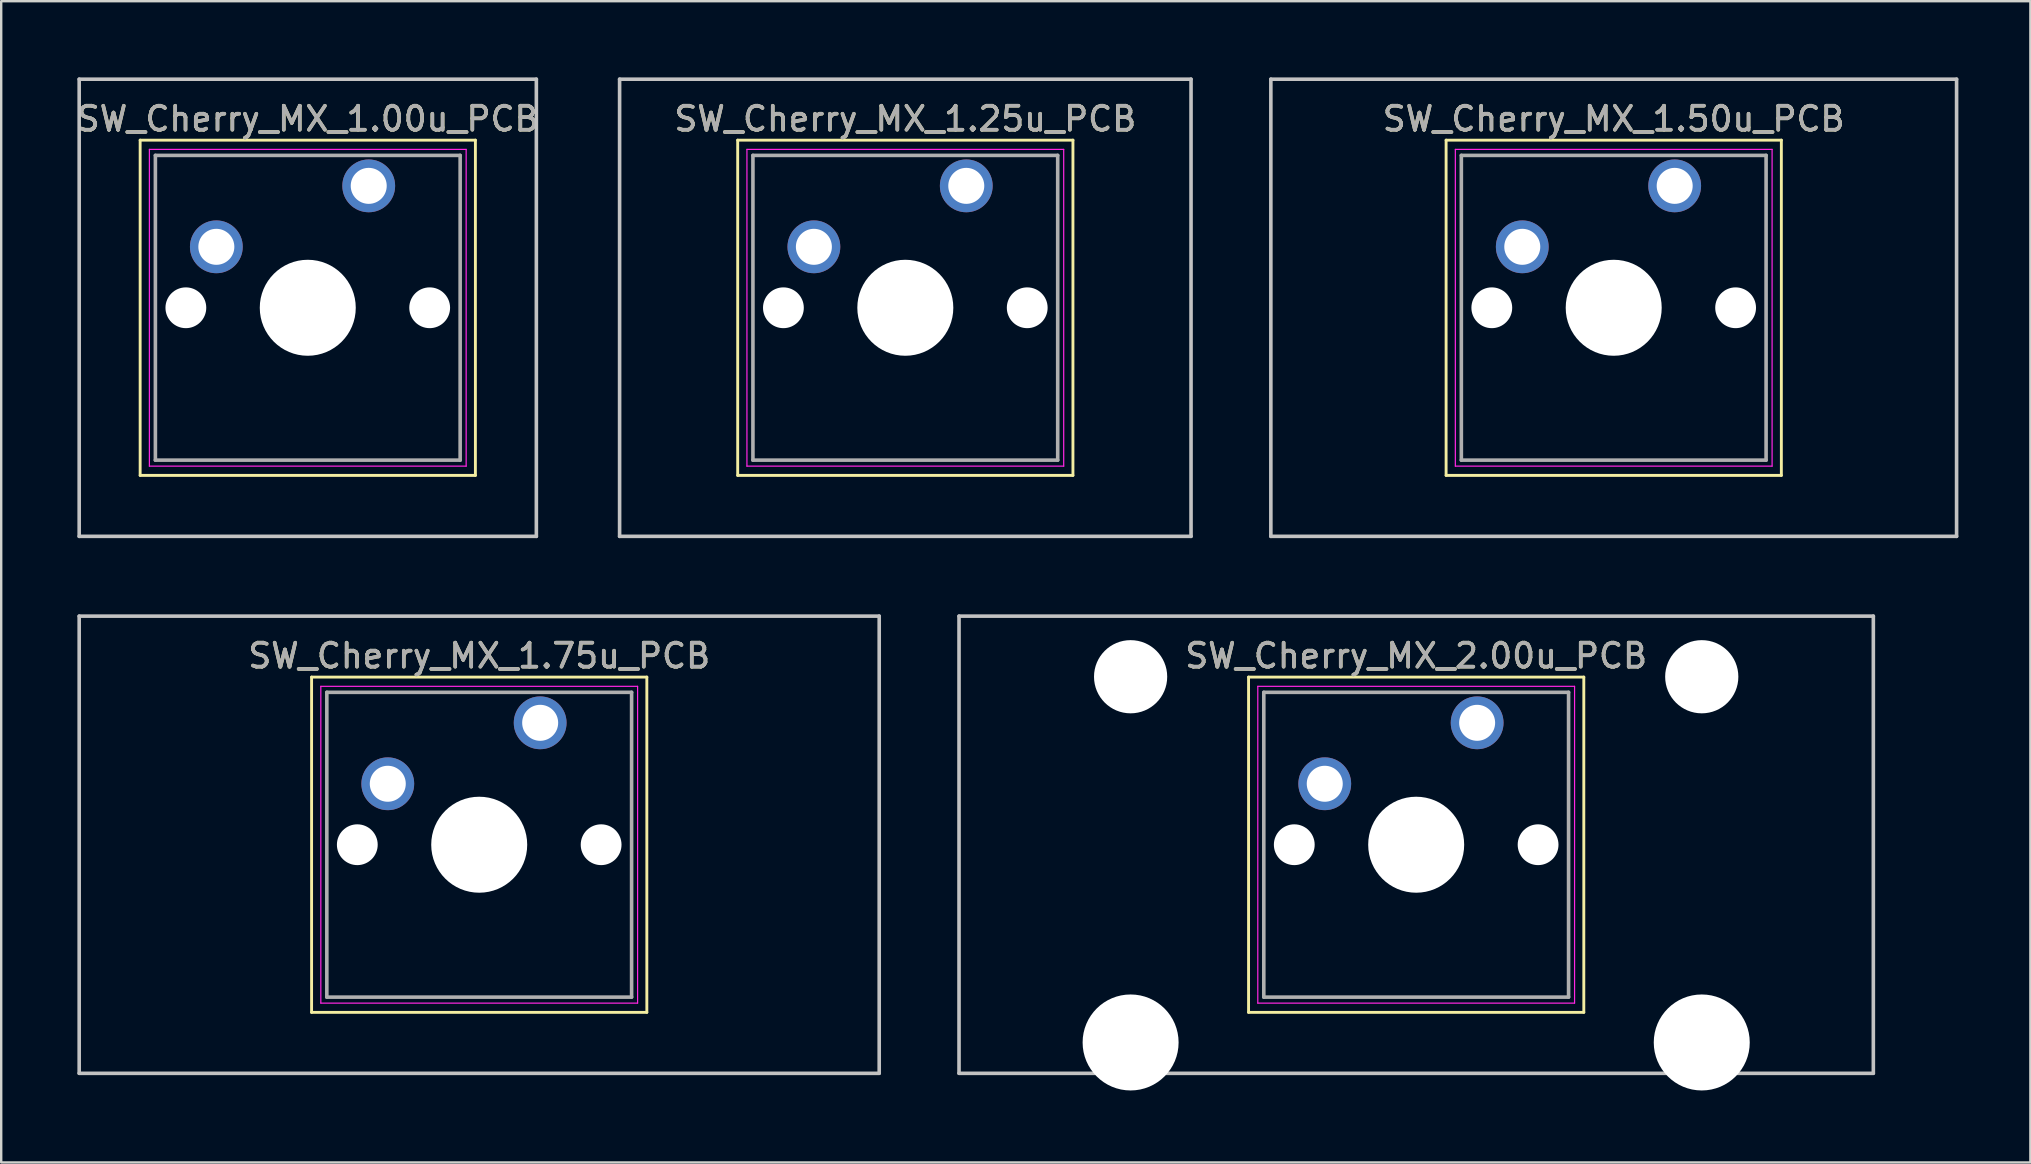
<source format=kicad_pcb>
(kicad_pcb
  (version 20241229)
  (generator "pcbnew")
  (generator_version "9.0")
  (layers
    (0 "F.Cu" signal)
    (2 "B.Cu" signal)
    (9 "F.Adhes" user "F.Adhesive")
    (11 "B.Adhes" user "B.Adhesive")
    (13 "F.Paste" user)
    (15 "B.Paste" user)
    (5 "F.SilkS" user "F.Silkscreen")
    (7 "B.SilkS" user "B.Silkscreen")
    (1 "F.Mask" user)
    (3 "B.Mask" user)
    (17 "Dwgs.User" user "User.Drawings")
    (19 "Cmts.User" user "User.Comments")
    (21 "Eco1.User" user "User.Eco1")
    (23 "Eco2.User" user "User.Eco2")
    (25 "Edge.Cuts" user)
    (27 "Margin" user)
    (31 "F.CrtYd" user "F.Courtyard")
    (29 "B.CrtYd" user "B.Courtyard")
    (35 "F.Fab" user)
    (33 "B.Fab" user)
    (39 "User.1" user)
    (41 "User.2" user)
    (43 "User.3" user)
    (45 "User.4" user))
  (footprint "SW_Cherry_MX_1.75u_PCB"
    (layer "F.Cu")
    (at 0.25 22.625)
    (property "Reference" "SW_Cherry_MX_1.75u_PCB" (at 16.669 1.651 0) (layer "F.SilkS") (effects (font (size 1 1) (thickness 0.15))))
    (attr through_hole)
    (fp_line (start 9.684 2.54) (end 23.654 2.54) (stroke (width 0.12) (type solid)) (layer "F.SilkS"))
    (fp_line (start 9.684 16.51) (end 9.684 2.54) (stroke (width 0.12) (type solid)) (layer "F.SilkS"))
    (fp_line (start 23.654 2.54) (end 23.654 16.51) (stroke (width 0.12) (type solid)) (layer "F.SilkS"))
    (fp_line (start 23.654 16.51) (end 9.684 16.51) (stroke (width 0.12) (type solid)) (layer "F.SilkS"))
    (fp_line (start 0 0) (end 33.337 0) (stroke (width 0.15) (type solid)) (layer "Dwgs.User"))
    (fp_line (start 0 19.05) (end 0 0) (stroke (width 0.15) (type solid)) (layer "Dwgs.User"))
    (fp_line (start 33.337 0) (end 33.337 19.05) (stroke (width 0.15) (type solid)) (layer "Dwgs.User"))
    (fp_line (start 33.337 19.05) (end 0 19.05) (stroke (width 0.15) (type solid)) (layer "Dwgs.User"))
    (fp_line (start 10.069 2.925) (end 23.269 2.925) (stroke (width 0.05) (type solid)) (layer "F.CrtYd"))
    (fp_line (start 10.069 16.125) (end 10.069 2.925) (stroke (width 0.05) (type solid)) (layer "F.CrtYd"))
    (fp_line (start 23.269 2.925) (end 23.269 16.125) (stroke (width 0.05) (type solid)) (layer "F.CrtYd"))
    (fp_line (start 23.269 16.125) (end 10.069 16.125) (stroke (width 0.05) (type solid)) (layer "F.CrtYd"))
    (fp_line (start 10.319 3.175) (end 23.019 3.175) (stroke (width 0.15) (type solid)) (layer "F.Fab"))
    (fp_line (start 10.319 15.875) (end 10.319 3.175) (stroke (width 0.15) (type solid)) (layer "F.Fab"))
    (fp_line (start 23.019 3.175) (end 23.019 15.875) (stroke (width 0.15) (type solid)) (layer "F.Fab"))
    (fp_line (start 23.019 15.875) (end 10.319 15.875) (stroke (width 0.15) (type solid)) (layer "F.Fab"))
    (fp_text user "${REFERENCE}" (at 16.669 1.651 0) (layer "F.Fab") (effects (font (size 1 1) (thickness 0.15))))
    (pad "" np_thru_hole circle (at 11.589 9.525) (size 1.7 1.7) (drill 1.7) (layers "*.Cu" "*.Mask"))
    (pad "" np_thru_hole circle (at 16.669 9.525) (size 4 4) (drill 4) (layers "*.Cu" "*.Mask"))
    (pad "" np_thru_hole circle (at 21.749 9.525) (size 1.7 1.7) (drill 1.7) (layers "*.Cu" "*.Mask"))
    (pad "1" thru_hole circle (at 19.209 4.445) (size 2.2 2.2) (drill 1.5) (layers "*.Cu" "*.Mask"))
    (pad "2" thru_hole circle (at 12.859 6.985) (size 2.2 2.2) (drill 1.5) (layers "*.Cu" "*.Mask")))
  (footprint "SW_Cherry_MX_1.50u_PCB"
    (layer "F.Cu")
    (at 49.907 0.25)
    (property "Reference" "SW_Cherry_MX_1.50u_PCB" (at 14.287 1.651 0) (layer "F.SilkS") (effects (font (size 1 1) (thickness 0.15))))
    (attr through_hole)
    (fp_line (start 7.303 2.54) (end 21.273 2.54) (stroke (width 0.12) (type solid)) (layer "F.SilkS"))
    (fp_line (start 7.303 16.51) (end 7.303 2.54) (stroke (width 0.12) (type solid)) (layer "F.SilkS"))
    (fp_line (start 21.273 2.54) (end 21.273 16.51) (stroke (width 0.12) (type solid)) (layer "F.SilkS"))
    (fp_line (start 21.273 16.51) (end 7.303 16.51) (stroke (width 0.12) (type solid)) (layer "F.SilkS"))
    (fp_line (start 0 0) (end 28.575 0) (stroke (width 0.15) (type solid)) (layer "Dwgs.User"))
    (fp_line (start 0 19.05) (end 0 0) (stroke (width 0.15) (type solid)) (layer "Dwgs.User"))
    (fp_line (start 28.575 0) (end 28.575 19.05) (stroke (width 0.15) (type solid)) (layer "Dwgs.User"))
    (fp_line (start 28.575 19.05) (end 0 19.05) (stroke (width 0.15) (type solid)) (layer "Dwgs.User"))
    (fp_line (start 7.688 2.925) (end 20.887 2.925) (stroke (width 0.05) (type solid)) (layer "F.CrtYd"))
    (fp_line (start 7.688 16.125) (end 7.688 2.925) (stroke (width 0.05) (type solid)) (layer "F.CrtYd"))
    (fp_line (start 20.887 2.925) (end 20.887 16.125) (stroke (width 0.05) (type solid)) (layer "F.CrtYd"))
    (fp_line (start 20.887 16.125) (end 7.688 16.125) (stroke (width 0.05) (type solid)) (layer "F.CrtYd"))
    (fp_line (start 7.938 3.175) (end 20.637 3.175) (stroke (width 0.15) (type solid)) (layer "F.Fab"))
    (fp_line (start 7.938 15.875) (end 7.938 3.175) (stroke (width 0.15) (type solid)) (layer "F.Fab"))
    (fp_line (start 20.637 3.175) (end 20.637 15.875) (stroke (width 0.15) (type solid)) (layer "F.Fab"))
    (fp_line (start 20.637 15.875) (end 7.938 15.875) (stroke (width 0.15) (type solid)) (layer "F.Fab"))
    (fp_text user "${REFERENCE}" (at 14.287 1.651 0) (layer "F.Fab") (effects (font (size 1 1) (thickness 0.15))))
    (pad "" np_thru_hole circle (at 9.207 9.525) (size 1.7 1.7) (drill 1.7) (layers "*.Cu" "*.Mask"))
    (pad "" np_thru_hole circle (at 14.287 9.525) (size 4 4) (drill 4) (layers "*.Cu" "*.Mask"))
    (pad "" np_thru_hole circle (at 19.367 9.525) (size 1.7 1.7) (drill 1.7) (layers "*.Cu" "*.Mask"))
    (pad "1" thru_hole circle (at 16.828 4.445) (size 2.2 2.2) (drill 1.5) (layers "*.Cu" "*.Mask"))
    (pad "2" thru_hole circle (at 10.477 6.985) (size 2.2 2.2) (drill 1.5) (layers "*.Cu" "*.Mask")))
  (footprint "SW_Cherry_MX_1.00u_PCB"
    (layer "F.Cu")
    (at 0.25 0.25)
    (property "Reference" "SW_Cherry_MX_1.00u_PCB" (at 9.525 1.651 0) (layer "F.SilkS") (effects (font (size 1 1) (thickness 0.15))))
    (attr through_hole)
    (fp_line (start 2.54 2.54) (end 16.51 2.54) (stroke (width 0.12) (type solid)) (layer "F.SilkS"))
    (fp_line (start 2.54 16.51) (end 2.54 2.54) (stroke (width 0.12) (type solid)) (layer "F.SilkS"))
    (fp_line (start 16.51 2.54) (end 16.51 16.51) (stroke (width 0.12) (type solid)) (layer "F.SilkS"))
    (fp_line (start 16.51 16.51) (end 2.54 16.51) (stroke (width 0.12) (type solid)) (layer "F.SilkS"))
    (fp_line (start 0 0) (end 19.05 0) (stroke (width 0.15) (type solid)) (layer "Dwgs.User"))
    (fp_line (start 0 19.05) (end 0 0) (stroke (width 0.15) (type solid)) (layer "Dwgs.User"))
    (fp_line (start 19.05 0) (end 19.05 19.05) (stroke (width 0.15) (type solid)) (layer "Dwgs.User"))
    (fp_line (start 19.05 19.05) (end 0 19.05) (stroke (width 0.15) (type solid)) (layer "Dwgs.User"))
    (fp_line (start 2.925 2.925) (end 16.125 2.925) (stroke (width 0.05) (type solid)) (layer "F.CrtYd"))
    (fp_line (start 2.925 16.125) (end 2.925 2.925) (stroke (width 0.05) (type solid)) (layer "F.CrtYd"))
    (fp_line (start 16.125 2.925) (end 16.125 16.125) (stroke (width 0.05) (type solid)) (layer "F.CrtYd"))
    (fp_line (start 16.125 16.125) (end 2.925 16.125) (stroke (width 0.05) (type solid)) (layer "F.CrtYd"))
    (fp_line (start 3.175 3.175) (end 15.875 3.175) (stroke (width 0.15) (type solid)) (layer "F.Fab"))
    (fp_line (start 3.175 15.875) (end 3.175 3.175) (stroke (width 0.15) (type solid)) (layer "F.Fab"))
    (fp_line (start 15.875 3.175) (end 15.875 15.875) (stroke (width 0.15) (type solid)) (layer "F.Fab"))
    (fp_line (start 15.875 15.875) (end 3.175 15.875) (stroke (width 0.15) (type solid)) (layer "F.Fab"))
    (fp_text user "${REFERENCE}" (at 9.525 1.651 0) (layer "F.Fab") (effects (font (size 1 1) (thickness 0.15))))
    (pad "" np_thru_hole circle (at 4.445 9.525) (size 1.7 1.7) (drill 1.7) (layers "*.Cu" "*.Mask"))
    (pad "" np_thru_hole circle (at 9.525 9.525) (size 4 4) (drill 4) (layers "*.Cu" "*.Mask"))
    (pad "" np_thru_hole circle (at 14.605 9.525) (size 1.7 1.7) (drill 1.7) (layers "*.Cu" "*.Mask"))
    (pad "1" thru_hole circle (at 12.065 4.445) (size 2.2 2.2) (drill 1.5) (layers "*.Cu" "*.Mask"))
    (pad "2" thru_hole circle (at 5.715 6.985) (size 2.2 2.2) (drill 1.5) (layers "*.Cu" "*.Mask")))
  (footprint "SW_Cherry_MX_1.25u_PCB"
    (layer "F.Cu")
    (at 22.769 0.25)
    (property "Reference" "SW_Cherry_MX_1.25u_PCB" (at 11.906 1.651 0) (layer "F.SilkS") (effects (font (size 1 1) (thickness 0.15))))
    (attr through_hole)
    (fp_line (start 4.921 2.54) (end 18.891 2.54) (stroke (width 0.12) (type solid)) (layer "F.SilkS"))
    (fp_line (start 4.921 16.51) (end 4.921 2.54) (stroke (width 0.12) (type solid)) (layer "F.SilkS"))
    (fp_line (start 18.891 2.54) (end 18.891 16.51) (stroke (width 0.12) (type solid)) (layer "F.SilkS"))
    (fp_line (start 18.891 16.51) (end 4.921 16.51) (stroke (width 0.12) (type solid)) (layer "F.SilkS"))
    (fp_line (start 0 0) (end 23.812 0) (stroke (width 0.15) (type solid)) (layer "Dwgs.User"))
    (fp_line (start 0 19.05) (end 0 0) (stroke (width 0.15) (type solid)) (layer "Dwgs.User"))
    (fp_line (start 23.812 0) (end 23.812 19.05) (stroke (width 0.15) (type solid)) (layer "Dwgs.User"))
    (fp_line (start 23.812 19.05) (end 0 19.05) (stroke (width 0.15) (type solid)) (layer "Dwgs.User"))
    (fp_line (start 5.306 2.925) (end 18.506 2.925) (stroke (width 0.05) (type solid)) (layer "F.CrtYd"))
    (fp_line (start 5.306 16.125) (end 5.306 2.925) (stroke (width 0.05) (type solid)) (layer "F.CrtYd"))
    (fp_line (start 18.506 2.925) (end 18.506 16.125) (stroke (width 0.05) (type solid)) (layer "F.CrtYd"))
    (fp_line (start 18.506 16.125) (end 5.306 16.125) (stroke (width 0.05) (type solid)) (layer "F.CrtYd"))
    (fp_line (start 5.556 3.175) (end 18.256 3.175) (stroke (width 0.15) (type solid)) (layer "F.Fab"))
    (fp_line (start 5.556 15.875) (end 5.556 3.175) (stroke (width 0.15) (type solid)) (layer "F.Fab"))
    (fp_line (start 18.256 3.175) (end 18.256 15.875) (stroke (width 0.15) (type solid)) (layer "F.Fab"))
    (fp_line (start 18.256 15.875) (end 5.556 15.875) (stroke (width 0.15) (type solid)) (layer "F.Fab"))
    (fp_text user "${REFERENCE}" (at 11.906 1.651 0) (layer "F.Fab") (effects (font (size 1 1) (thickness 0.15))))
    (pad "" np_thru_hole circle (at 6.826 9.525) (size 1.7 1.7) (drill 1.7) (layers "*.Cu" "*.Mask"))
    (pad "" np_thru_hole circle (at 11.906 9.525) (size 4 4) (drill 4) (layers "*.Cu" "*.Mask"))
    (pad "" np_thru_hole circle (at 16.986 9.525) (size 1.7 1.7) (drill 1.7) (layers "*.Cu" "*.Mask"))
    (pad "1" thru_hole circle (at 14.446 4.445) (size 2.2 2.2) (drill 1.5) (layers "*.Cu" "*.Mask"))
    (pad "2" thru_hole circle (at 8.096 6.985) (size 2.2 2.2) (drill 1.5) (layers "*.Cu" "*.Mask")))
  (footprint "SW_Cherry_MX_2.00u_PCB"
    (layer "F.Cu")
    (at 36.913 22.625)
    (property "Reference" "SW_Cherry_MX_2.00u_PCB" (at 19.05 1.651 0) (layer "F.SilkS") (effects (font (size 1 1) (thickness 0.15))))
    (attr through_hole)
    (fp_line (start 12.065 2.54) (end 26.035 2.54) (stroke (width 0.12) (type solid)) (layer "F.SilkS"))
    (fp_line (start 12.065 16.51) (end 12.065 2.54) (stroke (width 0.12) (type solid)) (layer "F.SilkS"))
    (fp_line (start 26.035 2.54) (end 26.035 16.51) (stroke (width 0.12) (type solid)) (layer "F.SilkS"))
    (fp_line (start 26.035 16.51) (end 12.065 16.51) (stroke (width 0.12) (type solid)) (layer "F.SilkS"))
    (fp_line (start 0 0) (end 38.1 0) (stroke (width 0.15) (type solid)) (layer "Dwgs.User"))
    (fp_line (start 0 19.05) (end 0 0) (stroke (width 0.15) (type solid)) (layer "Dwgs.User"))
    (fp_line (start 38.1 0) (end 38.1 19.05) (stroke (width 0.15) (type solid)) (layer "Dwgs.User"))
    (fp_line (start 38.1 19.05) (end 0 19.05) (stroke (width 0.15) (type solid)) (layer "Dwgs.User"))
    (fp_line (start 12.45 2.925) (end 25.65 2.925) (stroke (width 0.05) (type solid)) (layer "F.CrtYd"))
    (fp_line (start 12.45 16.125) (end 12.45 2.925) (stroke (width 0.05) (type solid)) (layer "F.CrtYd"))
    (fp_line (start 25.65 2.925) (end 25.65 16.125) (stroke (width 0.05) (type solid)) (layer "F.CrtYd"))
    (fp_line (start 25.65 16.125) (end 12.45 16.125) (stroke (width 0.05) (type solid)) (layer "F.CrtYd"))
    (fp_line (start 12.7 3.175) (end 25.4 3.175) (stroke (width 0.15) (type solid)) (layer "F.Fab"))
    (fp_line (start 12.7 15.875) (end 12.7 3.175) (stroke (width 0.15) (type solid)) (layer "F.Fab"))
    (fp_line (start 25.4 3.175) (end 25.4 15.875) (stroke (width 0.15) (type solid)) (layer "F.Fab"))
    (fp_line (start 25.4 15.875) (end 12.7 15.875) (stroke (width 0.15) (type solid)) (layer "F.Fab"))
    (fp_text user "${REFERENCE}" (at 19.05 1.651 0) (layer "F.Fab") (effects (font (size 1 1) (thickness 0.15))))
    (pad "" np_thru_hole circle (at 7.15 2.525) (size 3.05 3.05) (drill 3.05) (layers "*.Cu" "*.Mask"))
    (pad "" np_thru_hole circle (at 7.15 17.765) (size 4 4) (drill 4) (layers "*.Cu" "*.Mask"))
    (pad "" np_thru_hole circle (at 13.97 9.525) (size 1.7 1.7) (drill 1.7) (layers "*.Cu" "*.Mask"))
    (pad "" np_thru_hole circle (at 19.05 9.525) (size 4 4) (drill 4) (layers "*.Cu" "*.Mask"))
    (pad "" np_thru_hole circle (at 24.13 9.525) (size 1.7 1.7) (drill 1.7) (layers "*.Cu" "*.Mask"))
    (pad "" np_thru_hole circle (at 30.95 2.525) (size 3.05 3.05) (drill 3.05) (layers "*.Cu" "*.Mask"))
    (pad "" np_thru_hole circle (at 30.95 17.765) (size 4 4) (drill 4) (layers "*.Cu" "*.Mask"))
    (pad "1" thru_hole circle (at 21.59 4.445) (size 2.2 2.2) (drill 1.5) (layers "*.Cu" "*.Mask"))
    (pad "2" thru_hole circle (at 15.24 6.985) (size 2.2 2.2) (drill 1.5) (layers "*.Cu" "*.Mask")))
  (gr_rect
    (start -3 -3)
    (end 81.557 45.39)
    (stroke (width 0.1) (type default))
    (fill no)
    (layer "Edge.Cuts")))
</source>
